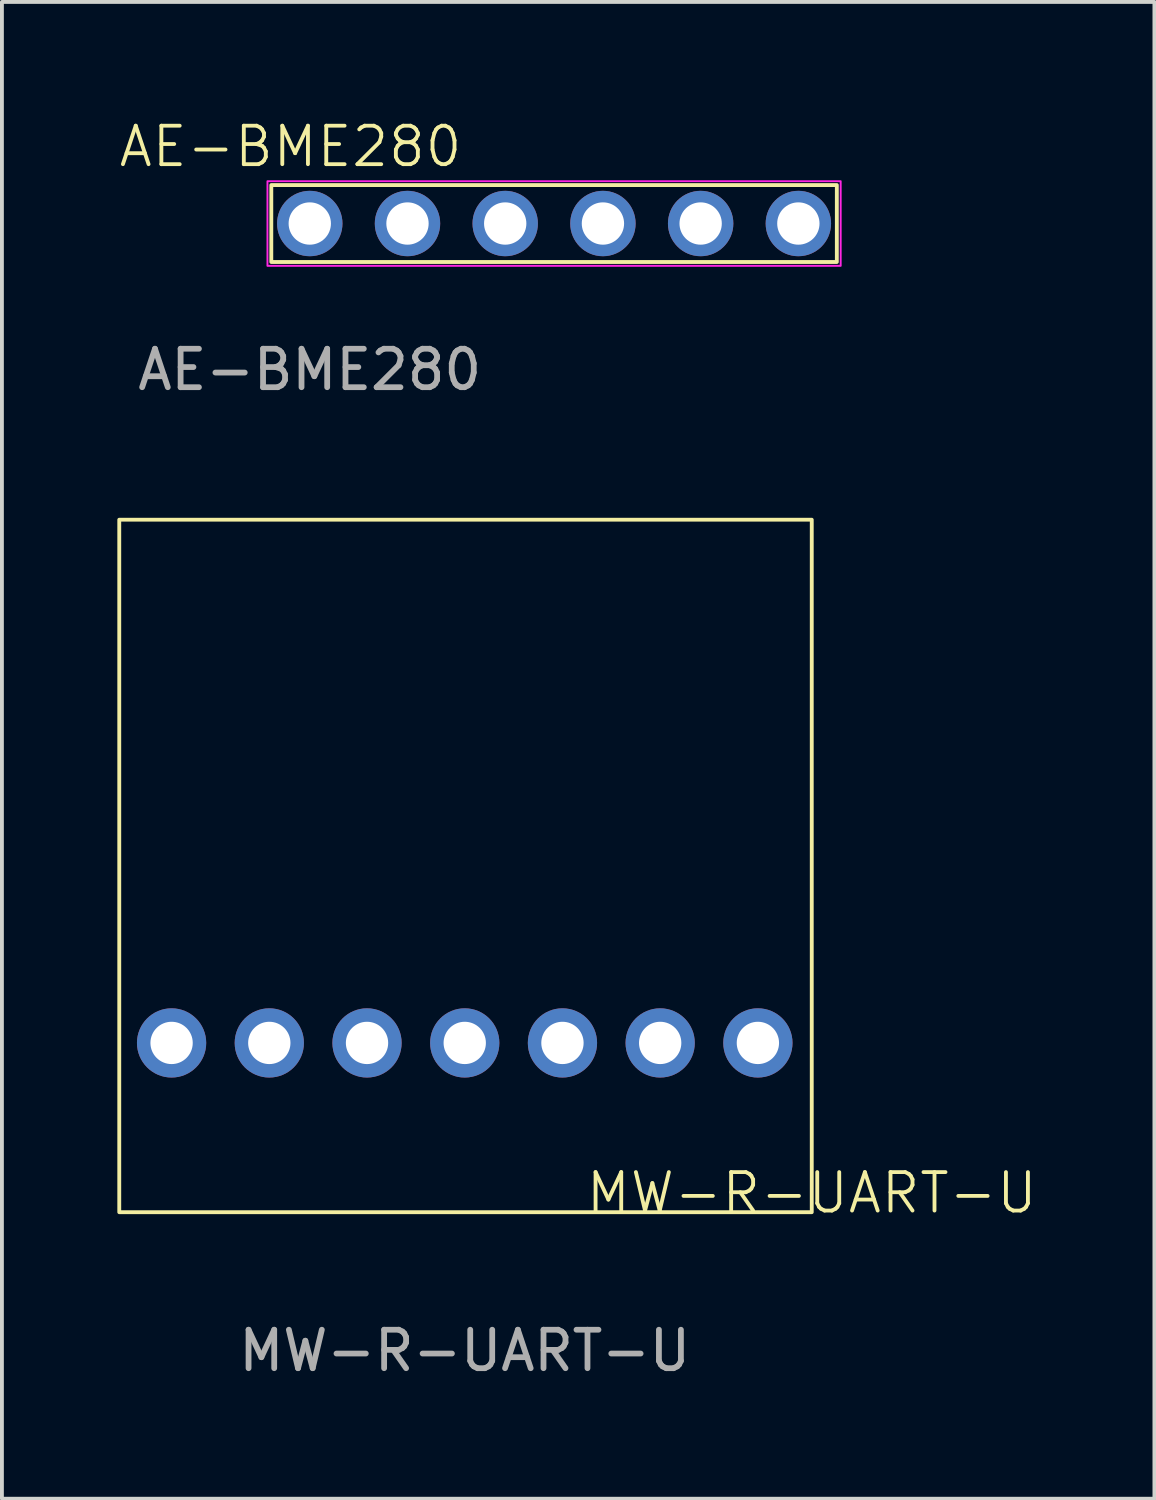
<source format=kicad_pcb>
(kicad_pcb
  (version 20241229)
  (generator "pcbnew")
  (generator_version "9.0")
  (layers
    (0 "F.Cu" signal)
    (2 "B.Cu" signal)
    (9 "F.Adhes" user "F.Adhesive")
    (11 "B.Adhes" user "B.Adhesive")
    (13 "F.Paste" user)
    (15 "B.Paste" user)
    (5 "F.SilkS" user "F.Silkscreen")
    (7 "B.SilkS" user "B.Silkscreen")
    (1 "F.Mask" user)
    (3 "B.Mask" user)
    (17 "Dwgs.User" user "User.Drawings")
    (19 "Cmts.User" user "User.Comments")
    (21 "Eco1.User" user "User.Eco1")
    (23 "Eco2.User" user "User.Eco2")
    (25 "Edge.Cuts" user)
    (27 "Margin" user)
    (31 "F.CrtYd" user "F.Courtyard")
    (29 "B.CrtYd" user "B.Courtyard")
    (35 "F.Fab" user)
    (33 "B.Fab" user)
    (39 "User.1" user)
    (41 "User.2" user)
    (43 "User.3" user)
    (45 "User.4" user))
  (footprint "MW-R-UART-U"
    (layer "F.Cu")
    (at 9.03 24.059)
    (property "Reference" "MW-R-UART-U" (at 9.02 3.9 0) (unlocked yes) (layer "F.SilkS") (effects (font (size 1 1) (thickness 0.1))))
    (attr through_hole)
    (fp_rect (start -8.98 -13.6) (end 9.02 4.4) (stroke (width 0.1) (type default)) (fill no) (layer "F.SilkS"))
    (fp_text user "${REFERENCE}" (at 0 8 0) (unlocked yes) (layer "F.Fab") (effects (font (size 1 1) (thickness 0.15))))
    (pad "1" thru_hole circle (at 7.62 0) (size 1.8 1.8) (drill 1.1) (layers "*.Cu" "*.Mask"))
    (pad "2" thru_hole circle (at 5.08 0) (size 1.8 1.8) (drill 1.1) (layers "*.Cu" "*.Mask"))
    (pad "3" thru_hole circle (at 2.54 0) (size 1.8 1.8) (drill 1.1) (layers "*.Cu" "*.Mask"))
    (pad "4" thru_hole circle (at 0 0) (size 1.8 1.8) (drill 1.1) (layers "*.Cu" "*.Mask"))
    (pad "5" thru_hole circle (at -2.54 0) (size 1.8 1.8) (drill 1.1) (layers "*.Cu" "*.Mask"))
    (pad "6" thru_hole circle (at -5.08 0) (size 1.8 1.8) (drill 1.1) (layers "*.Cu" "*.Mask"))
    (pad "7" thru_hole circle (at -7.62 0) (size 1.8 1.8) (drill 1.1) (layers "*.Cu" "*.Mask")))
  (footprint "AE-BME280"
    (layer "F.Cu")
    (at 5.002 2.76)
    (property "Reference" "AE-BME280" (at -0.5 -2 0) (unlocked yes) (layer "F.SilkS") (effects (font (size 1 1) (thickness 0.1))))
    (attr through_hole)
    (fp_rect (start -1 -1) (end 13.7 1) (stroke (width 0.1) (type default)) (fill no) (layer "F.SilkS"))
    (fp_rect (start -1.1 -1.1) (end 13.8 1.1) (stroke (width 0.05) (type default)) (fill no) (layer "F.CrtYd"))
    (fp_text user "${REFERENCE}" (at 0 3.8 0) (unlocked yes) (layer "F.Fab") (effects (font (size 1 1) (thickness 0.15))))
    (pad "1" thru_hole circle (at 0 0) (size 1.7 1.7) (drill 1.1) (layers "*.Cu" "*.Mask"))
    (pad "2" thru_hole circle (at 2.54 0) (size 1.7 1.7) (drill 1.1) (layers "*.Cu" "*.Mask"))
    (pad "3" thru_hole circle (at 5.08 0) (size 1.7 1.7) (drill 1.1) (layers "*.Cu" "*.Mask"))
    (pad "4" thru_hole circle (at 7.62 0) (size 1.7 1.7) (drill 1.1) (layers "*.Cu" "*.Mask"))
    (pad "5" thru_hole circle (at 10.16 0) (size 1.7 1.7) (drill 1.1) (layers "*.Cu" "*.Mask"))
    (pad "6" thru_hole circle (at 12.7 0) (size 1.7 1.7) (drill 1.1) (layers "*.Cu" "*.Mask")))
  (gr_rect
    (start -3 -3)
    (end 26.957 35.907)
    (stroke (width 0.1) (type default))
    (fill no)
    (layer "Edge.Cuts")))
</source>
